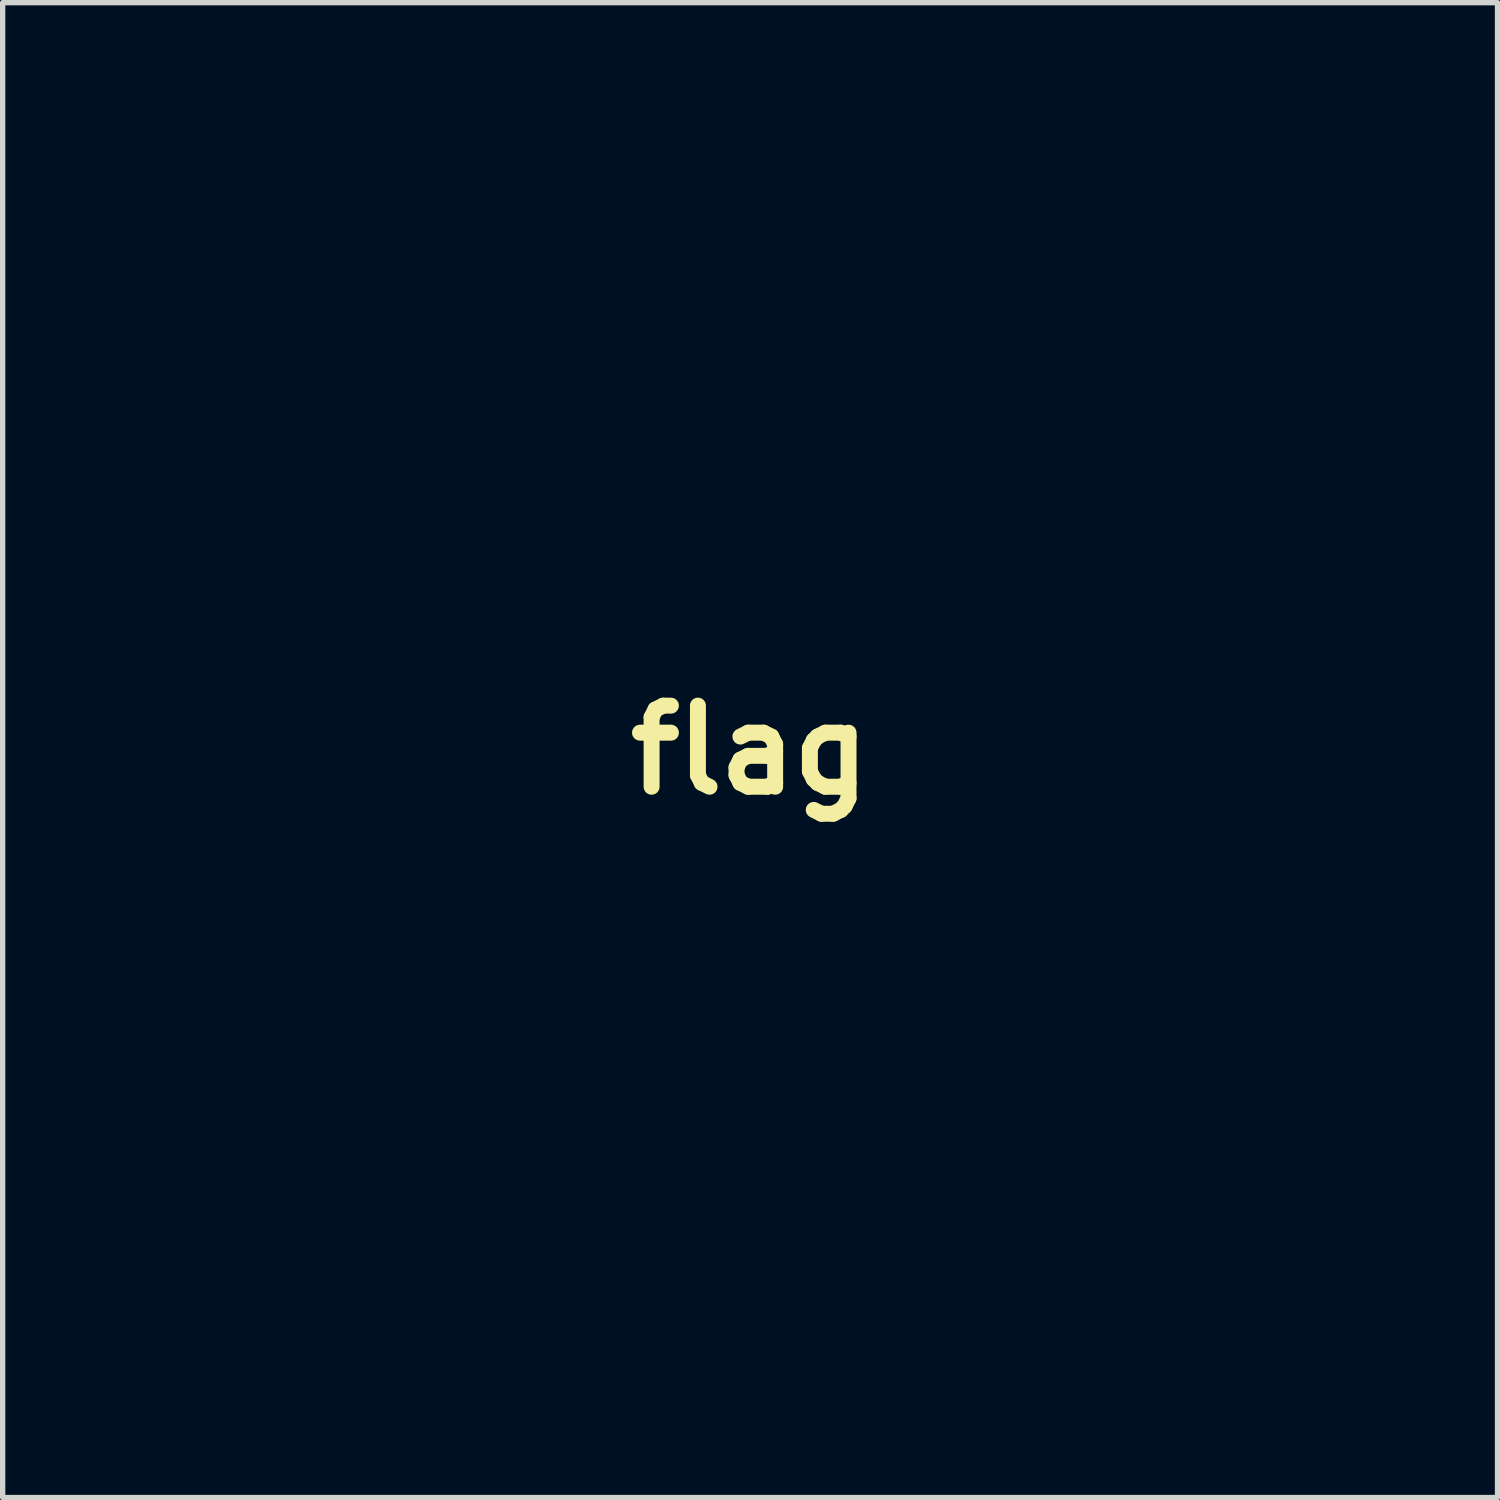
<source format=kicad_pcb>
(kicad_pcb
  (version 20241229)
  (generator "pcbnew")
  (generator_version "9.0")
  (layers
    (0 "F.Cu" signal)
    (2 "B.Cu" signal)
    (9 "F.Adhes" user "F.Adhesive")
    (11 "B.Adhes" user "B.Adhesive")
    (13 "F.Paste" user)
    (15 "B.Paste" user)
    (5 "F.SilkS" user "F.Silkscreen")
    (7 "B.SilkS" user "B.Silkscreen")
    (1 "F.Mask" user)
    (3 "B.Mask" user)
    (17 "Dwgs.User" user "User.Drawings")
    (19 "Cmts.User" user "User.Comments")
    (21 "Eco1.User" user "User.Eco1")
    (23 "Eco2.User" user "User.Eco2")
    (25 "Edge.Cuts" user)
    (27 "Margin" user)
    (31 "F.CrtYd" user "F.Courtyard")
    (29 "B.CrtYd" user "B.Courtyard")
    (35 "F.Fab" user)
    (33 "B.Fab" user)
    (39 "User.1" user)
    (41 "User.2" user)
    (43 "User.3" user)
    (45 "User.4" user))
  (footprint "flag"
    (layer "F.Cu")
    (at 11.048 11.048)
    (property "Reference" "flag" (at 0 0 0) (layer "F.SilkS") (effects (font (size 1.524 1.524) (thickness 0.3))))
    (attr through_hole)
    (fp_poly (pts (xy -2.066 -2.303) (xy -1.636 -2.197) (xy -0.773 -1.964) (xy -0.773 -1.586) (xy -0.728 -1.218) (xy -0.618 -0.837) (xy -0.607 -0.811) (xy -0.484 -0.383) (xy -0.441 0.069) (xy -0.473 0.494) (xy -0.572 0.84) (xy -0.731 1.057) (xy -0.87 1.104) (xy -1.082 1.007) (xy -1.272 0.76) (xy -1.379 0.469) (xy -1.409 0.22) (xy -1.347 0.121) (xy -1.271 0.11) (xy -1.132 0.047) (xy -1.13 -0.094) (xy -1.24 -0.239) (xy -1.409 -0.311) (xy -1.616 -0.421) (xy -1.657 -0.56) (xy -1.736 -0.737) (xy -1.89 -0.773) (xy -2.062 -0.726) (xy -2.066 -0.553) (xy -2.066 -0.552) (xy -2.071 -0.376) (xy -2.219 -0.331) (xy -2.392 -0.313) (xy -2.413 -0.211) (xy -2.363 -0.064) (xy -2.209 0.084) (xy -2.091 0.11) (xy -1.925 0.19) (xy -1.824 0.452) (xy -1.816 0.49) (xy -1.787 0.841) (xy -1.88 1.033) (xy -2.121 1.102) (xy -2.205 1.104) (xy -2.521 1.017) (xy -2.823 0.745) (xy -3.119 0.328) (xy -3.401 -0.186) (xy -3.64 -0.727) (xy -3.804 -1.229) (xy -3.865 -1.62) (xy -3.801 -2.01) (xy -3.6 -2.271) (xy -3.251 -2.405) (xy -2.744 -2.415) (xy -2.066 -2.303)) (stroke (width 0.01) (type solid)) (fill no) (layer "Eco2.User"))
    (fp_poly (pts (xy 3.362 -2.397) (xy 3.535 -2.309) (xy 3.63 -2.223) (xy 3.821 -1.908) (xy 3.854 -1.491) (xy 3.73 -0.953) (xy 3.471 -0.328) (xy 3.125 0.323) (xy 2.804 0.769) (xy 2.495 1.025) (xy 2.195 1.104) (xy 1.92 1.059) (xy 1.796 0.897) (xy 1.8 0.584) (xy 1.816 0.49) (xy 1.912 0.208) (xy 2.071 0.111) (xy 2.091 0.11) (xy 2.297 0.027) (xy 2.363 -0.064) (xy 2.421 -0.26) (xy 2.352 -0.325) (xy 2.219 -0.331) (xy 2.065 -0.385) (xy 2.066 -0.552) (xy 2.06 -0.731) (xy 1.935 -0.773) (xy 1.756 -0.68) (xy 1.69 -0.558) (xy 1.547 -0.37) (xy 1.398 -0.31) (xy 1.217 -0.222) (xy 1.124 -0.072) (xy 1.142 0.063) (xy 1.262 0.11) (xy 1.41 0.192) (xy 1.413 0.437) (xy 1.334 0.696) (xy 1.149 0.97) (xy 0.886 1.042) (xy 0.773 1.016) (xy 0.574 0.893) (xy 0.526 0.839) (xy 0.466 0.623) (xy 0.446 0.275) (xy 0.464 -0.12) (xy 0.518 -0.478) (xy 0.563 -0.628) (xy 0.656 -0.938) (xy 0.739 -1.327) (xy 0.756 -1.436) (xy 0.808 -1.719) (xy 0.896 -1.889) (xy 1.077 -2.006) (xy 1.407 -2.128) (xy 1.436 -2.138) (xy 1.909 -2.266) (xy 2.445 -2.367) (xy 2.719 -2.4) (xy 3.114 -2.422) (xy 3.362 -2.397)) (stroke (width 0.01) (type solid)) (fill no) (layer "Eco2.User"))
    (fp_poly (pts (xy 11.043 11.043) (xy -11.043 11.043) (xy -11.043 6.152) (xy -3.112 6.152) (xy -3.065 6.229) (xy -3.026 6.261) (xy -2.831 6.377) (xy -2.74 6.405) (xy -2.665 6.311) (xy -2.51 6.05) (xy -2.292 5.654) (xy -2.029 5.154) (xy -1.767 4.638) (xy -0.882 2.871) (xy 0.882 2.871) (xy 1.794 4.636) (xy 2.089 5.201) (xy 2.351 5.691) (xy 2.563 6.075) (xy 2.708 6.323) (xy 2.767 6.403) (xy 2.894 6.346) (xy 3.043 6.247) (xy 3.119 6.18) (xy 3.153 6.094) (xy 3.136 5.959) (xy 3.058 5.743) (xy 2.907 5.416) (xy 2.673 4.947) (xy 2.434 4.48) (xy 2.128 3.884) (xy 1.901 3.457) (xy 1.732 3.171) (xy 1.601 2.998) (xy 1.487 2.909) (xy 1.369 2.876) (xy 1.246 2.871) (xy 0.882 2.871) (xy -0.882 2.871) (xy -1.244 2.871) (xy -1.38 2.878) (xy -1.495 2.916) (xy -1.608 3.014) (xy -1.741 3.201) (xy -1.912 3.504) (xy -2.142 3.951) (xy -2.414 4.494) (xy -2.713 5.097) (xy -2.921 5.534) (xy -3.05 5.835) (xy -3.11 6.031) (xy -3.112 6.152) (xy -11.043 6.152) (xy -11.043 1.988) (xy -3.203 1.988) (xy -3.203 2.65) (xy 3.203 2.65) (xy 3.203 1.988) (xy -3.203 1.988) (xy -11.043 1.988) (xy -11.043 0.407) (xy -7.178 0.407) (xy -7.119 0.592) (xy -6.977 0.849) (xy -6.806 1.093) (xy -6.661 1.241) (xy -6.635 1.253) (xy -6.314 1.307) (xy -6.067 1.293) (xy -5.964 1.215) (xy -5.963 1.209) (xy -6.011 1.036) (xy -6.124 0.782) (xy -6.126 0.779) (xy -6.29 0.558) (xy -6.537 0.451) (xy -6.733 0.423) (xy -7.011 0.403) (xy -7.166 0.402) (xy -7.178 0.407) (xy -11.043 0.407) (xy -11.043 -0.445) (xy -6.743 -0.445) (xy -6.516 -0.002) (xy -6.37 0.264) (xy -6.26 0.422) (xy -6.234 0.442) (xy -6.104 0.403) (xy -5.857 0.307) (xy -5.794 0.282) (xy -5.609 0.194) (xy -5.272 0.194) (xy -5.195 0.417) (xy -5.147 0.519) (xy -5.02 0.765) (xy -4.926 0.838) (xy -4.802 0.765) (xy -4.734 0.705) (xy -4.522 0.477) (xy -4.404 0.306) (xy -4.383 0.109) (xy -4.444 -0.155) (xy -4.556 -0.399) (xy -4.684 -0.538) (xy -4.724 -0.546) (xy -4.838 -0.463) (xy -5.02 -0.266) (xy -5.068 -0.206) (xy -5.234 0.023) (xy -5.272 0.194) (xy -5.609 0.194) (xy -5.547 0.165) (xy -5.417 0.077) (xy -5.411 0.065) (xy -5.455 -0.063) (xy -5.562 -0.307) (xy -5.598 -0.384) (xy -5.713 -0.601) (xy -5.831 -0.703) (xy -6.013 -0.7) (xy -6.318 -0.603) (xy -6.491 -0.539) (xy -6.743 -0.445) (xy -11.043 -0.445) (xy -11.043 -1.325) (xy -8.058 -1.325) (xy -7.876 -0.944) (xy -7.697 -0.678) (xy -7.494 -0.526) (xy -7.464 -0.517) (xy -7.085 -0.462) (xy -6.889 -0.486) (xy -6.847 -0.558) (xy -6.894 -0.729) (xy -7.009 -0.986) (xy -7.015 -0.999) (xy -7.164 -1.218) (xy -7.365 -1.309) (xy -7.621 -1.325) (xy -8.058 -1.325) (xy -11.043 -1.325) (xy -11.043 -2.943) (xy -8.813 -2.943) (xy -8.773 -2.754) (xy -8.666 -2.535) (xy -8.517 -2.316) (xy -8.316 -2.224) (xy -8.061 -2.209) (xy -7.777 -2.188) (xy -7.6 -2.09) (xy -7.447 -1.858) (xy -7.399 -1.767) (xy -7.253 -1.502) (xy -7.143 -1.344) (xy -7.117 -1.325) (xy -6.988 -1.364) (xy -6.739 -1.46) (xy -6.661 -1.492) (xy -6.402 -1.591) (xy -6.25 -1.633) (xy -6.237 -1.63) (xy -6.176 -1.523) (xy -6.055 -1.292) (xy -6.019 -1.22) (xy -5.825 -0.84) (xy -5.5 -1.203) (xy -5.298 -1.414) (xy -5.165 -1.524) (xy -5.141 -1.529) (xy -5.074 -1.415) (xy -4.95 -1.181) (xy -4.915 -1.112) (xy -4.787 -0.874) (xy -4.708 -0.813) (xy -4.629 -0.909) (xy -4.591 -0.98) (xy -4.512 -1.301) (xy -4.525 -1.688) (xy -4.313 -1.688) (xy -4.206 -1.064) (xy -3.942 -0.316) (xy -3.778 0.046) (xy -3.565 0.52) (xy -3.386 0.972) (xy -3.269 1.331) (xy -3.243 1.447) (xy -3.174 1.877) (xy 3.203 1.877) (xy 3.203 1.581) (xy 3.248 1.361) (xy 3.372 0.999) (xy 3.554 0.549) (xy 3.706 0.209) (xy 4.362 0.209) (xy 4.374 0.252) (xy 4.537 0.482) (xy 4.734 0.69) (xy 4.903 0.817) (xy 4.971 0.827) (xy 5.066 0.699) (xy 5.183 0.459) (xy 5.188 0.448) (xy 5.262 0.206) (xy 5.221 0.014) (xy 5.163 -0.069) (xy 5.473 -0.069) (xy 5.497 0.121) (xy 5.694 0.253) (xy 5.908 0.331) (xy 6.157 0.424) (xy 6.23 0.523) (xy 6.166 0.701) (xy 6.128 0.776) (xy 5.994 1.102) (xy 6.016 1.282) (xy 6.208 1.331) (xy 6.581 1.26) (xy 6.582 1.26) (xy 6.747 1.138) (xy 6.941 0.899) (xy 7.105 0.629) (xy 7.178 0.413) (xy 7.178 0.405) (xy 7.082 0.397) (xy 6.844 0.415) (xy 6.792 0.421) (xy 6.522 0.425) (xy 6.417 0.334) (xy 6.463 0.117) (xy 6.573 -0.114) (xy 6.67 -0.326) (xy 6.647 -0.447) (xy 6.469 -0.55) (xy 6.338 -0.605) (xy 6.026 -0.728) (xy 5.846 -0.745) (xy 5.726 -0.635) (xy 5.596 -0.379) (xy 5.473 -0.069) (xy 5.163 -0.069) (xy 5.064 -0.211) (xy 4.877 -0.425) (xy 4.741 -0.54) (xy 4.724 -0.546) (xy 4.611 -0.46) (xy 4.487 -0.247) (xy 4.391 0.005) (xy 4.362 0.209) (xy 3.706 0.209) (xy 3.722 0.173) (xy 4.061 -0.63) (xy 4.256 -1.286) (xy 4.264 -1.368) (xy 4.535 -1.368) (xy 4.577 -1.033) (xy 4.629 -0.895) (xy 4.717 -0.838) (xy 4.828 -0.955) (xy 4.917 -1.116) (xy 5.051 -1.37) (xy 5.142 -1.526) (xy 5.152 -1.539) (xy 5.241 -1.493) (xy 5.415 -1.319) (xy 5.509 -1.212) (xy 5.823 -0.836) (xy 6.018 -1.218) (xy 6.147 -1.469) (xy 6.226 -1.615) (xy 6.234 -1.628) (xy 6.339 -1.607) (xy 6.58 -1.525) (xy 6.712 -1.475) (xy 6.99 -1.357) (xy 7.099 -1.259) (xy 7.075 -1.121) (xy 7.008 -0.985) (xy 6.869 -0.67) (xy 6.874 -0.506) (xy 7.038 -0.465) (xy 7.261 -0.495) (xy 7.53 -0.548) (xy 7.679 -0.585) (xy 7.689 -0.59) (xy 7.755 -0.708) (xy 7.866 -0.928) (xy 7.98 -1.164) (xy 8.053 -1.327) (xy 8.062 -1.353) (xy 7.965 -1.367) (xy 7.728 -1.352) (xy 7.675 -1.346) (xy 7.406 -1.342) (xy 7.3 -1.432) (xy 7.346 -1.649) (xy 7.457 -1.883) (xy 7.606 -2.101) (xy 7.807 -2.193) (xy 8.062 -2.209) (xy 8.354 -2.231) (xy 8.534 -2.337) (xy 8.69 -2.584) (xy 8.711 -2.625) (xy 8.923 -3.041) (xy 8.497 -3) (xy 8.174 -2.929) (xy 7.958 -2.749) (xy 7.849 -2.584) (xy 7.678 -2.329) (xy 7.513 -2.229) (xy 7.282 -2.263) (xy 7.024 -2.363) (xy 6.778 -2.452) (xy 6.641 -2.424) (xy 6.525 -2.241) (xy 6.477 -2.142) (xy 6.316 -1.864) (xy 6.167 -1.791) (xy 5.991 -1.921) (xy 5.845 -2.11) (xy 5.6 -2.453) (xy 5.456 -2.11) (xy 5.308 -1.843) (xy 5.174 -1.794) (xy 5.044 -1.963) (xy 4.963 -2.173) (xy 4.87 -2.425) (xy 4.798 -2.494) (xy 4.705 -2.408) (xy 4.679 -2.373) (xy 4.589 -2.131) (xy 4.54 -1.765) (xy 4.535 -1.368) (xy 4.264 -1.368) (xy 4.308 -1.813) (xy 4.22 -2.23) (xy 4.064 -2.479) (xy 3.733 -2.728) (xy 3.27 -2.847) (xy 2.661 -2.838) (xy 1.889 -2.702) (xy 1.657 -2.644) (xy 1.217 -2.54) (xy 0.863 -2.471) (xy 0.644 -2.447) (xy 0.6 -2.455) (xy 0.596 -2.59) (xy 0.663 -2.762) (xy 0.678 -2.829) (xy 1.346 -2.829) (xy 1.352 -2.762) (xy 1.565 -2.791) (xy 1.746 -2.832) (xy 1.872 -2.908) (xy 2.025 -3.089) (xy 2.03 -3.098) (xy 3.055 -3.098) (xy 3.193 -3.024) (xy 3.504 -2.967) (xy 3.667 -2.944) (xy 3.951 -2.926) (xy 4.093 -2.995) (xy 4.144 -3.1) (xy 4.235 -3.28) (xy 4.353 -3.269) (xy 4.518 -3.06) (xy 4.576 -2.965) (xy 4.781 -2.616) (xy 5.004 -3.047) (xy 5.226 -3.479) (xy 5.391 -2.985) (xy 5.497 -2.698) (xy 5.573 -2.595) (xy 5.648 -2.645) (xy 5.677 -2.691) (xy 5.845 -2.954) (xy 5.926 -3.073) (xy 6.028 -3.177) (xy 6.135 -3.136) (xy 6.293 -2.953) (xy 6.513 -2.717) (xy 6.677 -2.682) (xy 6.829 -2.851) (xy 6.919 -3.025) (xy 7.027 -3.282) (xy 7.024 -3.444) (xy 6.899 -3.613) (xy 6.862 -3.654) (xy 6.696 -3.858) (xy 6.626 -3.995) (xy 6.626 -3.996) (xy 6.579 -4.095) (xy 6.468 -4.035) (xy 6.338 -3.848) (xy 6.295 -3.755) (xy 6.158 -3.496) (xy 6.039 -3.452) (xy 5.922 -3.624) (xy 5.853 -3.81) (xy 5.73 -4.101) (xy 5.614 -4.175) (xy 5.489 -4.033) (xy 5.411 -3.865) (xy 5.283 -3.613) (xy 5.166 -3.561) (xy 5.026 -3.713) (xy 4.918 -3.899) (xy 4.796 -4.155) (xy 4.786 -4.343) (xy 4.886 -4.582) (xy 4.914 -4.638) (xy 5.032 -4.888) (xy 5.038 -5.032) (xy 5.014 -5.058) (xy 5.233 -5.058) (xy 5.346 -4.809) (xy 5.36 -4.783) (xy 5.505 -4.546) (xy 5.614 -4.423) (xy 5.629 -4.417) (xy 5.718 -4.507) (xy 5.85 -4.731) (xy 5.89 -4.812) (xy 6.003 -5.078) (xy 6.009 -5.256) (xy 5.901 -5.453) (xy 5.847 -5.53) (xy 5.685 -5.742) (xy 5.581 -5.85) (xy 5.572 -5.853) (xy 5.498 -5.766) (xy 5.371 -5.55) (xy 5.345 -5.501) (xy 5.234 -5.249) (xy 5.233 -5.058) (xy 5.014 -5.058) (xy 4.922 -5.161) (xy 4.861 -5.211) (xy 4.535 -5.39) (xy 4.262 -5.353) (xy 4.043 -5.103) (xy 4.034 -5.085) (xy 3.906 -4.824) (xy 3.9 -4.677) (xy 4.043 -4.566) (xy 4.252 -4.465) (xy 4.523 -4.316) (xy 4.62 -4.165) (xy 4.564 -3.943) (xy 4.47 -3.749) (xy 4.328 -3.512) (xy 4.19 -3.445) (xy 3.977 -3.527) (xy 3.865 -3.589) (xy 3.577 -3.724) (xy 3.387 -3.704) (xy 3.218 -3.51) (xy 3.164 -3.423) (xy 3.057 -3.22) (xy 3.055 -3.098) (xy 2.03 -3.098) (xy 2.222 -3.4) (xy 2.339 -3.613) (xy 2.52 -3.613) (xy 2.778 -3.683) (xy 3.032 -3.738) (xy 3.164 -3.753) (xy 3.281 -3.836) (xy 3.442 -4.034) (xy 3.6 -4.275) (xy 3.708 -4.487) (xy 3.722 -4.598) (xy 3.596 -4.607) (xy 3.348 -4.573) (xy 3.325 -4.569) (xy 3.047 -4.457) (xy 2.834 -4.215) (xy 2.745 -4.056) (xy 2.52 -3.613) (xy 2.339 -3.613) (xy 2.476 -3.864) (xy 2.805 -4.505) (xy 2.816 -4.528) (xy 3.253 -5.4) (xy 3.453 -5.4) (xy 3.581 -5.369) (xy 3.79 -5.388) (xy 4.086 -5.477) (xy 4.298 -5.701) (xy 4.36 -5.808) (xy 4.496 -6.091) (xy 4.493 -6.224) (xy 4.335 -6.243) (xy 4.158 -6.215) (xy 3.84 -6.053) (xy 3.634 -5.811) (xy 3.476 -5.534) (xy 3.453 -5.4) (xy 3.253 -5.4) (xy 3.631 -6.155) (xy 3.347 -6.284) (xy 3.134 -6.368) (xy 3.035 -6.382) (xy 2.979 -6.278) (xy 2.841 -6.008) (xy 2.636 -5.603) (xy 2.381 -5.097) (xy 2.11 -4.555) (xy 1.817 -3.955) (xy 1.585 -3.45) (xy 1.424 -3.066) (xy 1.346 -2.829) (xy 0.678 -2.829) (xy 0.743 -3.119) (xy 0.623 -3.461) (xy 0.388 -3.689) (xy 0.171 -3.874) (xy 0.12 -4.018) (xy 0.243 -4.085) (xy 0.276 -4.086) (xy 0.422 -4.174) (xy 0.442 -4.252) (xy 0.358 -4.398) (xy 0.285 -4.417) (xy 0.102 -4.502) (xy 0.064 -4.555) (xy -0.008 -4.637) (xy -0.064 -4.555) (xy -0.219 -4.428) (xy -0.285 -4.417) (xy -0.424 -4.329) (xy -0.442 -4.252) (xy -0.353 -4.105) (xy -0.276 -4.086) (xy -0.13 -3.998) (xy -0.11 -3.92) (xy -0.199 -3.775) (xy -0.281 -3.755) (xy -0.455 -3.657) (xy -0.596 -3.418) (xy -0.675 -3.114) (xy -0.663 -2.824) (xy -0.648 -2.778) (xy -0.591 -2.558) (xy -0.602 -2.453) (xy -0.727 -2.453) (xy -1.016 -2.5) (xy -1.421 -2.583) (xy -1.705 -2.649) (xy -2.499 -2.805) (xy -3.127 -2.847) (xy -3.613 -2.774) (xy -3.98 -2.584) (xy -4.048 -2.525) (xy -4.26 -2.178) (xy -4.313 -1.688) (xy -4.525 -1.688) (xy -4.527 -1.763) (xy -4.529 -1.775) (xy -4.608 -2.202) (xy -4.707 -2.427) (xy -4.819 -2.444) (xy -4.937 -2.246) (xy -4.966 -2.164) (xy -5.09 -1.868) (xy -5.205 -1.789) (xy -5.33 -1.925) (xy -5.415 -2.108) (xy -5.556 -2.449) (xy -5.823 -2.108) (xy -6.018 -1.89) (xy -6.17 -1.773) (xy -6.194 -1.767) (xy -6.305 -1.857) (xy -6.446 -2.08) (xy -6.477 -2.141) (xy -6.578 -2.38) (xy -6.582 -2.549) (xy -6.472 -2.741) (xy -6.338 -2.912) (xy -6.022 -3.309) (xy -5.592 -2.485) (xy -5.431 -2.899) (xy -5.303 -3.16) (xy -5.179 -3.307) (xy -5.096 -3.308) (xy -5.08 -3.224) (xy -5.021 -3.073) (xy -4.928 -2.926) (xy -4.818 -2.803) (xy -4.717 -2.812) (xy -4.558 -2.971) (xy -4.5 -3.037) (xy -4.319 -3.236) (xy -4.226 -3.278) (xy -4.169 -3.177) (xy -4.153 -3.128) (xy -4.08 -2.991) (xy -3.937 -2.936) (xy -3.658 -2.945) (xy -3.558 -2.955) (xy -3.245 -2.994) (xy -3.04 -3.029) (xy -3.001 -3.041) (xy -3.01 -3.158) (xy -3.113 -3.364) (xy -3.26 -3.58) (xy -3.399 -3.727) (xy -3.454 -3.751) (xy -3.644 -3.696) (xy -3.865 -3.589) (xy -4.126 -3.458) (xy -4.282 -3.47) (xy -4.414 -3.645) (xy -4.473 -3.755) (xy -4.636 -4.013) (xy -4.772 -4.062) (xy -4.915 -3.906) (xy -4.97 -3.81) (xy -5.119 -3.587) (xy -5.241 -3.57) (xy -5.367 -3.764) (xy -5.411 -3.865) (xy -5.539 -4.118) (xy -5.646 -4.168) (xy -5.758 -4.009) (xy -5.847 -3.784) (xy -5.949 -3.532) (xy -6.023 -3.464) (xy -6.105 -3.552) (xy -6.118 -3.573) (xy -6.312 -3.882) (xy -6.444 -4.013) (xy -6.566 -3.979) (xy -6.729 -3.791) (xy -6.781 -3.723) (xy -6.962 -3.469) (xy -7.019 -3.296) (xy -6.969 -3.115) (xy -6.909 -2.995) (xy -6.772 -2.696) (xy -6.764 -2.519) (xy -6.895 -2.398) (xy -7.018 -2.337) (xy -7.355 -2.224) (xy -7.583 -2.273) (xy -7.761 -2.502) (xy -7.803 -2.585) (xy -7.966 -2.846) (xy -8.181 -2.966) (xy -8.409 -3.002) (xy -8.699 -3.012) (xy -8.813 -2.943) (xy -11.043 -2.943) (xy -11.043 -5.064) (xy -5.994 -5.064) (xy -5.892 -4.822) (xy -5.888 -4.813) (xy -5.762 -4.574) (xy -5.683 -4.438) (xy -5.679 -4.432) (xy -5.593 -4.48) (xy -5.423 -4.649) (xy -5.372 -4.707) (xy -5.101 -5.022) (xy -4.907 -4.614) (xy -4.774 -4.36) (xy -4.663 -4.272) (xy -4.509 -4.315) (xy -4.427 -4.358) (xy -4.145 -4.494) (xy -4.066 -4.525) (xy -3.634 -4.525) (xy -3.585 -4.326) (xy -3.504 -4.148) (xy -3.294 -3.848) (xy -3.016 -3.724) (xy -3.015 -3.724) (xy -2.76 -3.684) (xy -2.621 -3.661) (xy -2.613 -3.737) (xy -2.694 -3.948) (xy -2.754 -4.072) (xy -2.984 -4.404) (xy -3.256 -4.554) (xy -3.281 -4.56) (xy -3.539 -4.59) (xy -3.634 -4.525) (xy -4.066 -4.525) (xy -3.944 -4.572) (xy -3.821 -4.632) (xy -3.814 -4.741) (xy -3.921 -4.971) (xy -3.922 -4.973) (xy -4.146 -5.286) (xy -4.402 -5.388) (xy -4.726 -5.292) (xy -4.782 -5.261) (xy -5.008 -5.143) (xy -5.131 -5.102) (xy -5.136 -5.104) (xy -5.198 -5.213) (xy -5.318 -5.442) (xy -5.345 -5.494) (xy -5.478 -5.729) (xy -5.571 -5.849) (xy -5.581 -5.853) (xy -5.668 -5.768) (xy -5.813 -5.559) (xy -5.848 -5.503) (xy -5.981 -5.252) (xy -5.994 -5.064) (xy -11.043 -5.064) (xy -11.043 -6.265) (xy -4.484 -6.265) (xy -4.475 -6.142) (xy -4.387 -5.9) (xy -4.349 -5.817) (xy -4.171 -5.535) (xy -3.949 -5.41) (xy -3.82 -5.388) (xy -3.569 -5.371) (xy -3.439 -5.377) (xy -3.438 -5.378) (xy -3.461 -5.477) (xy -3.569 -5.694) (xy -3.605 -5.756) (xy -3.795 -5.983) (xy -4.026 -6.155) (xy -3.631 -6.155) (xy -2.813 -4.521) (xy -2.504 -3.909) (xy -2.268 -3.466) (xy -2.082 -3.163) (xy -1.921 -2.971) (xy -1.761 -2.862) (xy -1.577 -2.806) (xy -1.352 -2.776) (xy -1.355 -2.864) (xy -1.445 -3.118) (xy -1.612 -3.508) (xy -1.84 -4.002) (xy -2.11 -4.555) (xy -2.397 -5.129) (xy -2.65 -5.63) (xy -2.851 -6.028) (xy -2.985 -6.289) (xy -3.035 -6.382) (xy -3.144 -6.365) (xy -3.347 -6.284) (xy -3.631 -6.155) (xy -4.026 -6.155) (xy -4.049 -6.172) (xy -4.297 -6.282) (xy -4.472 -6.275) (xy -4.484 -6.265) (xy -11.043 -6.265) (xy -11.043 -11.043) (xy 11.043 -11.043) (xy 11.043 11.043)) (stroke (width 0.01) (type solid)) (fill no) (layer "Eco2.User")))
  (gr_rect
    (start -3 -3)
    (end 25.097 25.097)
    (stroke (width 0.1) (type default))
    (fill no)
    (layer "Edge.Cuts")))
</source>
